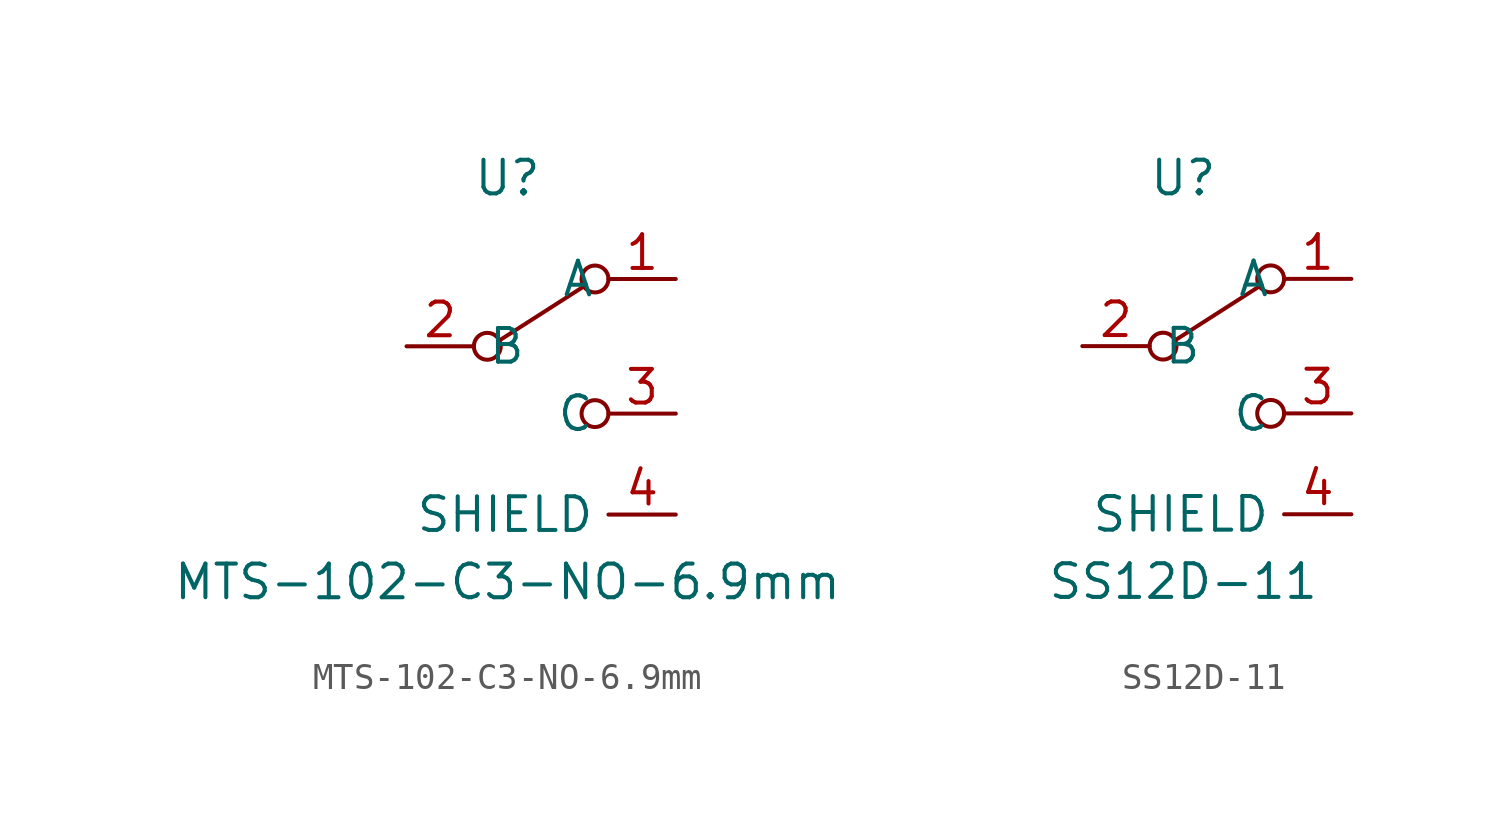
<source format=kicad_sym>
(kicad_symbol_lib
  (version 20220914)
  (generator kicad_symbol_editor)
  (symbol "MTS-102-C3-NO-6.9mm"
    (property "Reference" "U"
      (at 0 6.35 0)
      (effects (font (size 1.27 1.27))))
    (property "Value" "MTS-102-C3-NO-6.9mm"
      (at 0 -8.89 0)
      (effects (font (size 1.27 1.27))))
    (symbol "MTS-102-C3-NO-6.9mm_0_0"
      (circle (center -0.762 0) (radius 0.508) (stroke (width 0) (type default)) (fill (type none)))
      (circle (center 3.302 -2.54) (radius 0.508) (stroke (width 0) (type default)) (fill (type none))))
    (symbol "MTS-102-C3-NO-6.9mm_0_1"
      (polyline (pts (xy -0.254 0.254) (xy 2.921 2.286)) (stroke (width 0) (type default)) (fill (type none)))
      (circle (center 3.302 2.54) (radius 0.508) (stroke (width 0) (type default)) (fill (type none))))
    (symbol "MTS-102-C3-NO-6.9mm_1_1"
      (pin passive line (at 6.35 2.54 180) (length 2.54) (name "A" (effects (font (size 1.27 1.27)))) (number "1" (effects (font (size 1.27 1.27)))))
      (pin passive line (at -3.81 0 0) (length 2.54) (name "B" (effects (font (size 1.27 1.27)))) (number "2" (effects (font (size 1.27 1.27)))))
      (pin passive line (at 6.35 -2.54 180) (length 2.54) (name "C" (effects (font (size 1.27 1.27)))) (number "3" (effects (font (size 1.27 1.27)))))
      (pin passive line (at 6.35 -6.35 180) (length 2.54) (name "SHIELD" (effects (font (size 1.27 1.27)))) (number "4" (effects (font (size 1.27 1.27)))))))
  (symbol "SS12D-11"
    (property "Reference" "U"
      (at 0 6.35 0)
      (effects (font (size 1.27 1.27))))
    (property "Value" "SS12D-11"
      (at 0 -8.89 0)
      (effects (font (size 1.27 1.27))))
    (symbol "SS12D-11_0_0"
      (circle (center -0.762 0) (radius 0.508) (stroke (width 0) (type default)) (fill (type none)))
      (circle (center 3.302 -2.54) (radius 0.508) (stroke (width 0) (type default)) (fill (type none))))
    (symbol "SS12D-11_0_1"
      (polyline (pts (xy -0.254 0.254) (xy 2.921 2.286)) (stroke (width 0) (type default)) (fill (type none)))
      (circle (center 3.302 2.54) (radius 0.508) (stroke (width 0) (type default)) (fill (type none))))
    (symbol "SS12D-11_1_1"
      (pin passive line (at 6.35 2.54 180) (length 2.54) (name "A" (effects (font (size 1.27 1.27)))) (number "1" (effects (font (size 1.27 1.27)))))
      (pin passive line (at -3.81 0 0) (length 2.54) (name "B" (effects (font (size 1.27 1.27)))) (number "2" (effects (font (size 1.27 1.27)))))
      (pin passive line (at 6.35 -2.54 180) (length 2.54) (name "C" (effects (font (size 1.27 1.27)))) (number "3" (effects (font (size 1.27 1.27)))))
      (pin passive line (at 6.35 -6.35 180) (length 2.54) (name "SHIELD" (effects (font (size 1.27 1.27)))) (number "4" (effects (font (size 1.27 1.27))))))))
</source>
